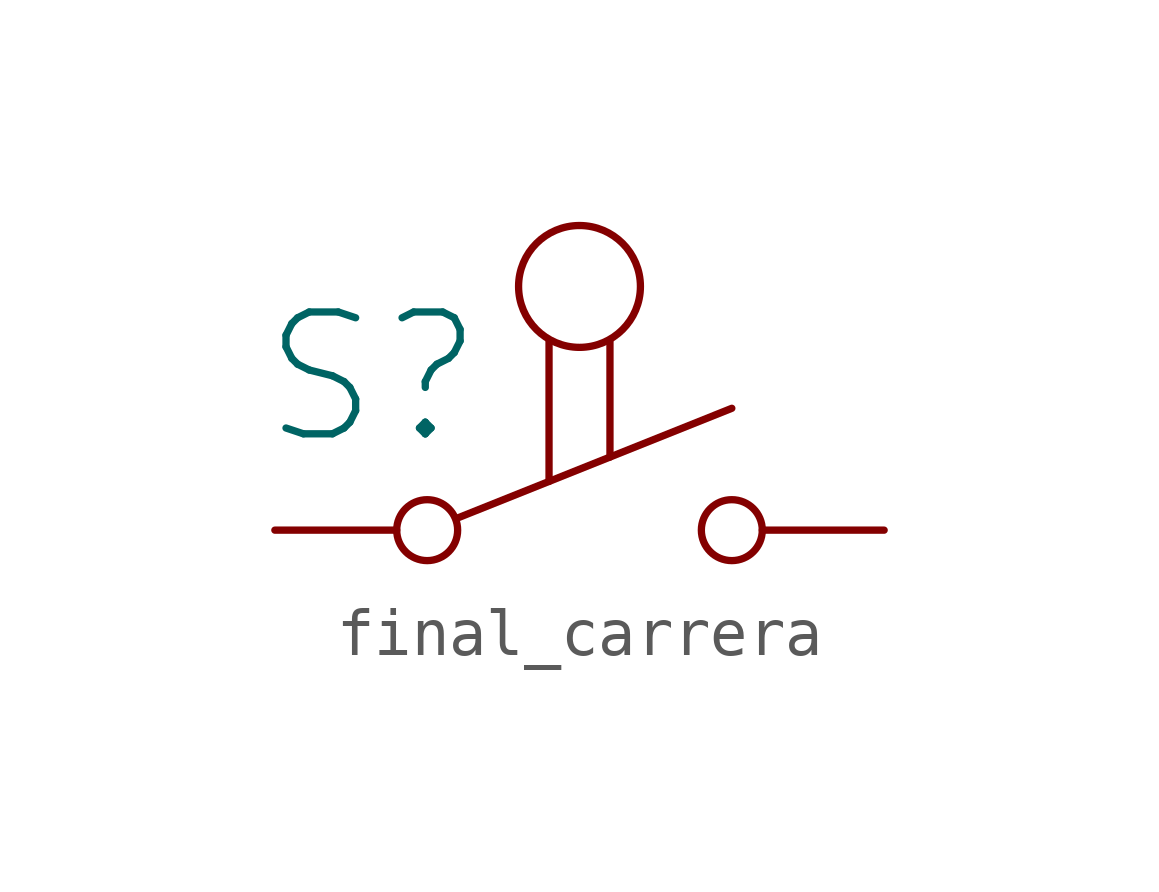
<source format=kicad_sym>
(kicad_symbol_lib
  (version 20231120)
  (generator "kicad_symbol_editor")
  (generator_version "8.0")
  (symbol "final_carrera"
    (pin_names
      (offset 1.016))
    (property "Reference" "S"
      (at 4.445 3.175 0)
      (effects (font (size 2.54 2.54)) (justify right)))
    (symbol "final_carrera_0_0"
      (polyline (pts (xy 5.715 1.016) (xy 5.715 3.937)) (stroke (width 0) (type default)) (fill (type none)))
      (polyline (pts (xy 6.985 1.524) (xy 6.985 3.937)) (stroke (width 0) (type default)) (fill (type none)))
      (polyline (pts (xy 9.525 2.54) (xy 3.81 0.254)) (stroke (width 0) (type default)) (fill (type none)))
      (circle (center 3.175 0) (radius 0.635) (stroke (width 0) (type default)) (fill (type none)))
      (circle (center 6.35 5.08) (radius 1.27) (stroke (width 0) (type default)) (fill (type none)))
      (circle (center 9.525 0) (radius 0.635) (stroke (width 0) (type default)) (fill (type none))))
    (symbol "final_carrera_1_1"
      (pin input line (at 0 0 0) (length 2.54) (name "" (effects (font (size 1.27 1.27)))) (number "" (effects (font (size 1.143 1.143)))))
      (pin input line (at 12.7 0 180) (length 2.54) (name "" (effects (font (size 1.27 1.27)))) (number "" (effects (font (size 1.143 1.143))))))))
</source>
